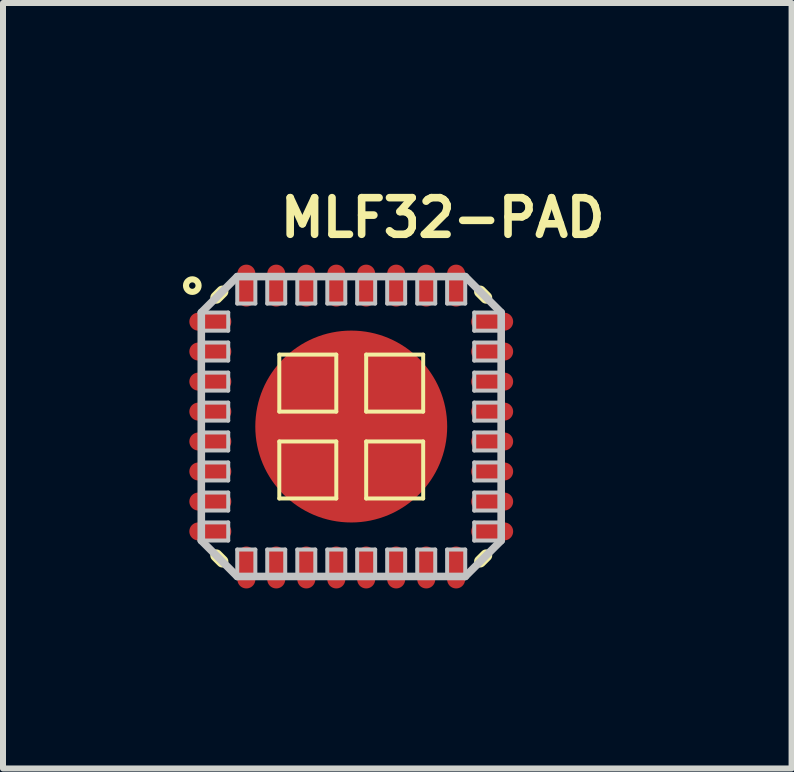
<source format=kicad_pcb>
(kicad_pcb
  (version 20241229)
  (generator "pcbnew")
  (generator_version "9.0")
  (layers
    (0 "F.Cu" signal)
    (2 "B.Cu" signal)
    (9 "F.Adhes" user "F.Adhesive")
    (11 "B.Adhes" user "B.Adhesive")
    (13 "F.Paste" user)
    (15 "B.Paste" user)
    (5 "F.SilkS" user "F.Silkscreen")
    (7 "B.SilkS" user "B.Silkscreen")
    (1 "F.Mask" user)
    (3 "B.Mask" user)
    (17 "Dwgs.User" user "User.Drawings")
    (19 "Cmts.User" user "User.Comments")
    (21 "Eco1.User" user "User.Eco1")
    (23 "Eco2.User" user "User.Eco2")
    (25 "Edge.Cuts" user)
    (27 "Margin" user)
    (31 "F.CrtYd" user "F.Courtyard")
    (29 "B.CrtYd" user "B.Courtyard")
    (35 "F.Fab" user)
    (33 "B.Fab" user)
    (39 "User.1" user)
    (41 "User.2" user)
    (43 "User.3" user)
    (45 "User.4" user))
  (footprint "MLF32-PAD"
    (layer "F.Cu")
    (at 2.804 4.059)
    (property "Reference" "MLF32-PAD" (at 1.524 -3.48 0) (layer "F.SilkS") (effects (font (size 0.61 0.61) (thickness 0.127))))
    (attr smd)
    (fp_line (start -2.248 -2.149) (end -2.149 -2.248) (stroke (width 0.203) (type solid)) (layer "F.SilkS"))
    (fp_line (start -2.149 2.248) (end -2.248 2.149) (stroke (width 0.203) (type solid)) (layer "F.SilkS"))
    (fp_line (start -1.199 -1.199) (end -0.249 -1.199) (stroke (width 0.066) (type solid)) (layer "F.SilkS"))
    (fp_line (start -1.199 -0.249) (end -1.199 -1.199) (stroke (width 0.066) (type solid)) (layer "F.SilkS"))
    (fp_line (start -1.199 -0.249) (end -0.249 -0.249) (stroke (width 0.066) (type solid)) (layer "F.SilkS"))
    (fp_line (start -1.199 0.249) (end -0.249 0.249) (stroke (width 0.066) (type solid)) (layer "F.SilkS"))
    (fp_line (start -1.199 1.199) (end -1.199 0.249) (stroke (width 0.066) (type solid)) (layer "F.SilkS"))
    (fp_line (start -1.199 1.199) (end -0.249 1.199) (stroke (width 0.066) (type solid)) (layer "F.SilkS"))
    (fp_line (start -0.249 -0.249) (end -0.249 -1.199) (stroke (width 0.066) (type solid)) (layer "F.SilkS"))
    (fp_line (start -0.249 1.199) (end -0.249 0.249) (stroke (width 0.066) (type solid)) (layer "F.SilkS"))
    (fp_line (start 0.249 -1.199) (end 1.199 -1.199) (stroke (width 0.066) (type solid)) (layer "F.SilkS"))
    (fp_line (start 0.249 -0.249) (end 0.249 -1.199) (stroke (width 0.066) (type solid)) (layer "F.SilkS"))
    (fp_line (start 0.249 -0.249) (end 1.199 -0.249) (stroke (width 0.066) (type solid)) (layer "F.SilkS"))
    (fp_line (start 0.249 0.249) (end 1.199 0.249) (stroke (width 0.066) (type solid)) (layer "F.SilkS"))
    (fp_line (start 0.249 1.199) (end 0.249 0.249) (stroke (width 0.066) (type solid)) (layer "F.SilkS"))
    (fp_line (start 0.249 1.199) (end 1.199 1.199) (stroke (width 0.066) (type solid)) (layer "F.SilkS"))
    (fp_line (start 1.199 -0.249) (end 1.199 -1.199) (stroke (width 0.066) (type solid)) (layer "F.SilkS"))
    (fp_line (start 1.199 1.199) (end 1.199 0.249) (stroke (width 0.066) (type solid)) (layer "F.SilkS"))
    (fp_line (start 2.149 -2.248) (end 2.248 -2.149) (stroke (width 0.203) (type solid)) (layer "F.SilkS"))
    (fp_line (start 2.248 2.149) (end 2.149 2.248) (stroke (width 0.203) (type solid)) (layer "F.SilkS"))
    (fp_circle (center -2.649 -2.349) (end -2.723 -2.423) (stroke (width 0.102) (type solid)) (fill no) (layer "F.SilkS"))
    (fp_line (start -2.499 -1.9) (end -2.05 -1.9) (stroke (width 0.066) (type solid)) (layer "Dwgs.User"))
    (fp_line (start -2.499 -1.9) (end -1.9 -2.499) (stroke (width 0.127) (type solid)) (layer "Dwgs.User"))
    (fp_line (start -2.499 -1.598) (end -2.499 -1.9) (stroke (width 0.066) (type solid)) (layer "Dwgs.User"))
    (fp_line (start -2.499 -1.598) (end -2.05 -1.598) (stroke (width 0.066) (type solid)) (layer "Dwgs.User"))
    (fp_line (start -2.499 -1.4) (end -2.05 -1.4) (stroke (width 0.066) (type solid)) (layer "Dwgs.User"))
    (fp_line (start -2.499 -1.1) (end -2.499 -1.4) (stroke (width 0.066) (type solid)) (layer "Dwgs.User"))
    (fp_line (start -2.499 -1.1) (end -2.05 -1.1) (stroke (width 0.066) (type solid)) (layer "Dwgs.User"))
    (fp_line (start -2.499 -0.899) (end -2.05 -0.899) (stroke (width 0.066) (type solid)) (layer "Dwgs.User"))
    (fp_line (start -2.499 -0.599) (end -2.499 -0.899) (stroke (width 0.066) (type solid)) (layer "Dwgs.User"))
    (fp_line (start -2.499 -0.599) (end -2.05 -0.599) (stroke (width 0.066) (type solid)) (layer "Dwgs.User"))
    (fp_line (start -2.499 -0.399) (end -2.05 -0.399) (stroke (width 0.066) (type solid)) (layer "Dwgs.User"))
    (fp_line (start -2.499 -0.099) (end -2.499 -0.399) (stroke (width 0.066) (type solid)) (layer "Dwgs.User"))
    (fp_line (start -2.499 -0.099) (end -2.05 -0.099) (stroke (width 0.066) (type solid)) (layer "Dwgs.User"))
    (fp_line (start -2.499 0.099) (end -2.05 0.099) (stroke (width 0.066) (type solid)) (layer "Dwgs.User"))
    (fp_line (start -2.499 0.399) (end -2.499 0.099) (stroke (width 0.066) (type solid)) (layer "Dwgs.User"))
    (fp_line (start -2.499 0.399) (end -2.05 0.399) (stroke (width 0.066) (type solid)) (layer "Dwgs.User"))
    (fp_line (start -2.499 0.599) (end -2.05 0.599) (stroke (width 0.066) (type solid)) (layer "Dwgs.User"))
    (fp_line (start -2.499 0.899) (end -2.499 0.599) (stroke (width 0.066) (type solid)) (layer "Dwgs.User"))
    (fp_line (start -2.499 0.899) (end -2.05 0.899) (stroke (width 0.066) (type solid)) (layer "Dwgs.User"))
    (fp_line (start -2.499 1.1) (end -2.05 1.1) (stroke (width 0.066) (type solid)) (layer "Dwgs.User"))
    (fp_line (start -2.499 1.4) (end -2.499 1.1) (stroke (width 0.066) (type solid)) (layer "Dwgs.User"))
    (fp_line (start -2.499 1.4) (end -2.05 1.4) (stroke (width 0.066) (type solid)) (layer "Dwgs.User"))
    (fp_line (start -2.499 1.598) (end -2.05 1.598) (stroke (width 0.066) (type solid)) (layer "Dwgs.User"))
    (fp_line (start -2.499 1.9) (end -2.499 -1.9) (stroke (width 0.127) (type solid)) (layer "Dwgs.User"))
    (fp_line (start -2.499 1.9) (end -2.499 1.598) (stroke (width 0.066) (type solid)) (layer "Dwgs.User"))
    (fp_line (start -2.499 1.9) (end -2.05 1.9) (stroke (width 0.066) (type solid)) (layer "Dwgs.User"))
    (fp_line (start -2.05 -1.598) (end -2.05 -1.9) (stroke (width 0.066) (type solid)) (layer "Dwgs.User"))
    (fp_line (start -2.05 -1.1) (end -2.05 -1.4) (stroke (width 0.066) (type solid)) (layer "Dwgs.User"))
    (fp_line (start -2.05 -0.599) (end -2.05 -0.899) (stroke (width 0.066) (type solid)) (layer "Dwgs.User"))
    (fp_line (start -2.05 -0.099) (end -2.05 -0.399) (stroke (width 0.066) (type solid)) (layer "Dwgs.User"))
    (fp_line (start -2.05 0.399) (end -2.05 0.099) (stroke (width 0.066) (type solid)) (layer "Dwgs.User"))
    (fp_line (start -2.05 0.899) (end -2.05 0.599) (stroke (width 0.066) (type solid)) (layer "Dwgs.User"))
    (fp_line (start -2.05 1.4) (end -2.05 1.1) (stroke (width 0.066) (type solid)) (layer "Dwgs.User"))
    (fp_line (start -2.05 1.9) (end -2.05 1.598) (stroke (width 0.066) (type solid)) (layer "Dwgs.User"))
    (fp_line (start -1.9 -2.499) (end -1.598 -2.499) (stroke (width 0.066) (type solid)) (layer "Dwgs.User"))
    (fp_line (start -1.9 -2.499) (end 1.9 -2.499) (stroke (width 0.127) (type solid)) (layer "Dwgs.User"))
    (fp_line (start -1.9 -2.05) (end -1.9 -2.499) (stroke (width 0.066) (type solid)) (layer "Dwgs.User"))
    (fp_line (start -1.9 -2.05) (end -1.598 -2.05) (stroke (width 0.066) (type solid)) (layer "Dwgs.User"))
    (fp_line (start -1.9 2.05) (end -1.598 2.05) (stroke (width 0.066) (type solid)) (layer "Dwgs.User"))
    (fp_line (start -1.9 2.499) (end -2.499 1.9) (stroke (width 0.127) (type solid)) (layer "Dwgs.User"))
    (fp_line (start -1.9 2.499) (end -1.9 2.05) (stroke (width 0.066) (type solid)) (layer "Dwgs.User"))
    (fp_line (start -1.9 2.499) (end -1.598 2.499) (stroke (width 0.066) (type solid)) (layer "Dwgs.User"))
    (fp_line (start -1.598 -2.05) (end -1.598 -2.499) (stroke (width 0.066) (type solid)) (layer "Dwgs.User"))
    (fp_line (start -1.598 2.499) (end -1.598 2.05) (stroke (width 0.066) (type solid)) (layer "Dwgs.User"))
    (fp_line (start -1.4 -2.499) (end -1.1 -2.499) (stroke (width 0.066) (type solid)) (layer "Dwgs.User"))
    (fp_line (start -1.4 -2.05) (end -1.4 -2.499) (stroke (width 0.066) (type solid)) (layer "Dwgs.User"))
    (fp_line (start -1.4 -2.05) (end -1.1 -2.05) (stroke (width 0.066) (type solid)) (layer "Dwgs.User"))
    (fp_line (start -1.4 2.05) (end -1.1 2.05) (stroke (width 0.066) (type solid)) (layer "Dwgs.User"))
    (fp_line (start -1.4 2.499) (end -1.4 2.05) (stroke (width 0.066) (type solid)) (layer "Dwgs.User"))
    (fp_line (start -1.4 2.499) (end -1.1 2.499) (stroke (width 0.066) (type solid)) (layer "Dwgs.User"))
    (fp_line (start -1.1 -2.05) (end -1.1 -2.499) (stroke (width 0.066) (type solid)) (layer "Dwgs.User"))
    (fp_line (start -1.1 2.499) (end -1.1 2.05) (stroke (width 0.066) (type solid)) (layer "Dwgs.User"))
    (fp_line (start -0.899 -2.499) (end -0.599 -2.499) (stroke (width 0.066) (type solid)) (layer "Dwgs.User"))
    (fp_line (start -0.899 -2.05) (end -0.899 -2.499) (stroke (width 0.066) (type solid)) (layer "Dwgs.User"))
    (fp_line (start -0.899 -2.05) (end -0.599 -2.05) (stroke (width 0.066) (type solid)) (layer "Dwgs.User"))
    (fp_line (start -0.899 2.05) (end -0.599 2.05) (stroke (width 0.066) (type solid)) (layer "Dwgs.User"))
    (fp_line (start -0.899 2.499) (end -0.899 2.05) (stroke (width 0.066) (type solid)) (layer "Dwgs.User"))
    (fp_line (start -0.899 2.499) (end -0.599 2.499) (stroke (width 0.066) (type solid)) (layer "Dwgs.User"))
    (fp_line (start -0.599 -2.05) (end -0.599 -2.499) (stroke (width 0.066) (type solid)) (layer "Dwgs.User"))
    (fp_line (start -0.599 2.499) (end -0.599 2.05) (stroke (width 0.066) (type solid)) (layer "Dwgs.User"))
    (fp_line (start -0.399 -2.499) (end -0.099 -2.499) (stroke (width 0.066) (type solid)) (layer "Dwgs.User"))
    (fp_line (start -0.399 -2.05) (end -0.399 -2.499) (stroke (width 0.066) (type solid)) (layer "Dwgs.User"))
    (fp_line (start -0.399 -2.05) (end -0.099 -2.05) (stroke (width 0.066) (type solid)) (layer "Dwgs.User"))
    (fp_line (start -0.399 2.05) (end -0.099 2.05) (stroke (width 0.066) (type solid)) (layer "Dwgs.User"))
    (fp_line (start -0.399 2.499) (end -0.399 2.05) (stroke (width 0.066) (type solid)) (layer "Dwgs.User"))
    (fp_line (start -0.399 2.499) (end -0.099 2.499) (stroke (width 0.066) (type solid)) (layer "Dwgs.User"))
    (fp_line (start -0.099 -2.05) (end -0.099 -2.499) (stroke (width 0.066) (type solid)) (layer "Dwgs.User"))
    (fp_line (start -0.099 2.499) (end -0.099 2.05) (stroke (width 0.066) (type solid)) (layer "Dwgs.User"))
    (fp_line (start 0.099 -2.499) (end 0.399 -2.499) (stroke (width 0.066) (type solid)) (layer "Dwgs.User"))
    (fp_line (start 0.099 -2.05) (end 0.099 -2.499) (stroke (width 0.066) (type solid)) (layer "Dwgs.User"))
    (fp_line (start 0.099 -2.05) (end 0.399 -2.05) (stroke (width 0.066) (type solid)) (layer "Dwgs.User"))
    (fp_line (start 0.099 2.05) (end 0.399 2.05) (stroke (width 0.066) (type solid)) (layer "Dwgs.User"))
    (fp_line (start 0.099 2.499) (end 0.099 2.05) (stroke (width 0.066) (type solid)) (layer "Dwgs.User"))
    (fp_line (start 0.099 2.499) (end 0.399 2.499) (stroke (width 0.066) (type solid)) (layer "Dwgs.User"))
    (fp_line (start 0.399 -2.05) (end 0.399 -2.499) (stroke (width 0.066) (type solid)) (layer "Dwgs.User"))
    (fp_line (start 0.399 2.499) (end 0.399 2.05) (stroke (width 0.066) (type solid)) (layer "Dwgs.User"))
    (fp_line (start 0.599 -2.499) (end 0.899 -2.499) (stroke (width 0.066) (type solid)) (layer "Dwgs.User"))
    (fp_line (start 0.599 -2.05) (end 0.599 -2.499) (stroke (width 0.066) (type solid)) (layer "Dwgs.User"))
    (fp_line (start 0.599 -2.05) (end 0.899 -2.05) (stroke (width 0.066) (type solid)) (layer "Dwgs.User"))
    (fp_line (start 0.599 2.05) (end 0.899 2.05) (stroke (width 0.066) (type solid)) (layer "Dwgs.User"))
    (fp_line (start 0.599 2.499) (end 0.599 2.05) (stroke (width 0.066) (type solid)) (layer "Dwgs.User"))
    (fp_line (start 0.599 2.499) (end 0.899 2.499) (stroke (width 0.066) (type solid)) (layer "Dwgs.User"))
    (fp_line (start 0.899 -2.05) (end 0.899 -2.499) (stroke (width 0.066) (type solid)) (layer "Dwgs.User"))
    (fp_line (start 0.899 2.499) (end 0.899 2.05) (stroke (width 0.066) (type solid)) (layer "Dwgs.User"))
    (fp_line (start 1.1 -2.499) (end 1.4 -2.499) (stroke (width 0.066) (type solid)) (layer "Dwgs.User"))
    (fp_line (start 1.1 -2.05) (end 1.1 -2.499) (stroke (width 0.066) (type solid)) (layer "Dwgs.User"))
    (fp_line (start 1.1 -2.05) (end 1.4 -2.05) (stroke (width 0.066) (type solid)) (layer "Dwgs.User"))
    (fp_line (start 1.1 2.05) (end 1.4 2.05) (stroke (width 0.066) (type solid)) (layer "Dwgs.User"))
    (fp_line (start 1.1 2.499) (end 1.1 2.05) (stroke (width 0.066) (type solid)) (layer "Dwgs.User"))
    (fp_line (start 1.1 2.499) (end 1.4 2.499) (stroke (width 0.066) (type solid)) (layer "Dwgs.User"))
    (fp_line (start 1.4 -2.05) (end 1.4 -2.499) (stroke (width 0.066) (type solid)) (layer "Dwgs.User"))
    (fp_line (start 1.4 2.499) (end 1.4 2.05) (stroke (width 0.066) (type solid)) (layer "Dwgs.User"))
    (fp_line (start 1.598 -2.499) (end 1.9 -2.499) (stroke (width 0.066) (type solid)) (layer "Dwgs.User"))
    (fp_line (start 1.598 -2.05) (end 1.598 -2.499) (stroke (width 0.066) (type solid)) (layer "Dwgs.User"))
    (fp_line (start 1.598 -2.05) (end 1.9 -2.05) (stroke (width 0.066) (type solid)) (layer "Dwgs.User"))
    (fp_line (start 1.598 2.05) (end 1.9 2.05) (stroke (width 0.066) (type solid)) (layer "Dwgs.User"))
    (fp_line (start 1.598 2.499) (end 1.598 2.05) (stroke (width 0.066) (type solid)) (layer "Dwgs.User"))
    (fp_line (start 1.598 2.499) (end 1.9 2.499) (stroke (width 0.066) (type solid)) (layer "Dwgs.User"))
    (fp_line (start 1.9 -2.499) (end 2.499 -1.9) (stroke (width 0.127) (type solid)) (layer "Dwgs.User"))
    (fp_line (start 1.9 -2.05) (end 1.9 -2.499) (stroke (width 0.066) (type solid)) (layer "Dwgs.User"))
    (fp_line (start 1.9 2.499) (end -1.9 2.499) (stroke (width 0.127) (type solid)) (layer "Dwgs.User"))
    (fp_line (start 1.9 2.499) (end 1.9 2.05) (stroke (width 0.066) (type solid)) (layer "Dwgs.User"))
    (fp_line (start 2.05 -1.9) (end 2.499 -1.9) (stroke (width 0.066) (type solid)) (layer "Dwgs.User"))
    (fp_line (start 2.05 -1.598) (end 2.05 -1.9) (stroke (width 0.066) (type solid)) (layer "Dwgs.User"))
    (fp_line (start 2.05 -1.598) (end 2.499 -1.598) (stroke (width 0.066) (type solid)) (layer "Dwgs.User"))
    (fp_line (start 2.05 -1.4) (end 2.499 -1.4) (stroke (width 0.066) (type solid)) (layer "Dwgs.User"))
    (fp_line (start 2.05 -1.1) (end 2.05 -1.4) (stroke (width 0.066) (type solid)) (layer "Dwgs.User"))
    (fp_line (start 2.05 -1.1) (end 2.499 -1.1) (stroke (width 0.066) (type solid)) (layer "Dwgs.User"))
    (fp_line (start 2.05 -0.899) (end 2.499 -0.899) (stroke (width 0.066) (type solid)) (layer "Dwgs.User"))
    (fp_line (start 2.05 -0.599) (end 2.05 -0.899) (stroke (width 0.066) (type solid)) (layer "Dwgs.User"))
    (fp_line (start 2.05 -0.599) (end 2.499 -0.599) (stroke (width 0.066) (type solid)) (layer "Dwgs.User"))
    (fp_line (start 2.05 -0.399) (end 2.499 -0.399) (stroke (width 0.066) (type solid)) (layer "Dwgs.User"))
    (fp_line (start 2.05 -0.099) (end 2.05 -0.399) (stroke (width 0.066) (type solid)) (layer "Dwgs.User"))
    (fp_line (start 2.05 -0.099) (end 2.499 -0.099) (stroke (width 0.066) (type solid)) (layer "Dwgs.User"))
    (fp_line (start 2.05 0.099) (end 2.499 0.099) (stroke (width 0.066) (type solid)) (layer "Dwgs.User"))
    (fp_line (start 2.05 0.399) (end 2.05 0.099) (stroke (width 0.066) (type solid)) (layer "Dwgs.User"))
    (fp_line (start 2.05 0.399) (end 2.499 0.399) (stroke (width 0.066) (type solid)) (layer "Dwgs.User"))
    (fp_line (start 2.05 0.599) (end 2.499 0.599) (stroke (width 0.066) (type solid)) (layer "Dwgs.User"))
    (fp_line (start 2.05 0.899) (end 2.05 0.599) (stroke (width 0.066) (type solid)) (layer "Dwgs.User"))
    (fp_line (start 2.05 0.899) (end 2.499 0.899) (stroke (width 0.066) (type solid)) (layer "Dwgs.User"))
    (fp_line (start 2.05 1.1) (end 2.499 1.1) (stroke (width 0.066) (type solid)) (layer "Dwgs.User"))
    (fp_line (start 2.05 1.4) (end 2.05 1.1) (stroke (width 0.066) (type solid)) (layer "Dwgs.User"))
    (fp_line (start 2.05 1.4) (end 2.499 1.4) (stroke (width 0.066) (type solid)) (layer "Dwgs.User"))
    (fp_line (start 2.05 1.598) (end 2.499 1.598) (stroke (width 0.066) (type solid)) (layer "Dwgs.User"))
    (fp_line (start 2.05 1.9) (end 2.05 1.598) (stroke (width 0.066) (type solid)) (layer "Dwgs.User"))
    (fp_line (start 2.05 1.9) (end 2.499 1.9) (stroke (width 0.066) (type solid)) (layer "Dwgs.User"))
    (fp_line (start 2.499 -1.9) (end 2.499 1.9) (stroke (width 0.127) (type solid)) (layer "Dwgs.User"))
    (fp_line (start 2.499 -1.598) (end 2.499 -1.9) (stroke (width 0.066) (type solid)) (layer "Dwgs.User"))
    (fp_line (start 2.499 -1.1) (end 2.499 -1.4) (stroke (width 0.066) (type solid)) (layer "Dwgs.User"))
    (fp_line (start 2.499 -0.599) (end 2.499 -0.899) (stroke (width 0.066) (type solid)) (layer "Dwgs.User"))
    (fp_line (start 2.499 -0.099) (end 2.499 -0.399) (stroke (width 0.066) (type solid)) (layer "Dwgs.User"))
    (fp_line (start 2.499 0.399) (end 2.499 0.099) (stroke (width 0.066) (type solid)) (layer "Dwgs.User"))
    (fp_line (start 2.499 0.899) (end 2.499 0.599) (stroke (width 0.066) (type solid)) (layer "Dwgs.User"))
    (fp_line (start 2.499 1.4) (end 2.499 1.1) (stroke (width 0.066) (type solid)) (layer "Dwgs.User"))
    (fp_line (start 2.499 1.9) (end 1.9 2.499) (stroke (width 0.127) (type solid)) (layer "Dwgs.User"))
    (fp_line (start 2.499 1.9) (end 2.499 1.598) (stroke (width 0.066) (type solid)) (layer "Dwgs.User"))
    (pad "1" smd oval (at -2.349 -1.748) (size 0.699 0.3) (layers "F.Cu" "F.Mask" "F.Paste"))
    (pad "2" smd oval (at -2.349 -1.25) (size 0.699 0.3) (layers "F.Cu" "F.Mask" "F.Paste"))
    (pad "3" smd oval (at -2.349 -0.749) (size 0.699 0.3) (layers "F.Cu" "F.Mask" "F.Paste"))
    (pad "4" smd oval (at -2.349 -0.249) (size 0.699 0.3) (layers "F.Cu" "F.Mask" "F.Paste"))
    (pad "5" smd oval (at -2.349 0.249) (size 0.699 0.3) (layers "F.Cu" "F.Mask" "F.Paste"))
    (pad "6" smd oval (at -2.349 0.749) (size 0.699 0.3) (layers "F.Cu" "F.Mask" "F.Paste"))
    (pad "7" smd oval (at -2.349 1.25) (size 0.699 0.3) (layers "F.Cu" "F.Mask" "F.Paste"))
    (pad "8" smd oval (at -2.349 1.748) (size 0.699 0.3) (layers "F.Cu" "F.Mask" "F.Paste"))
    (pad "9" smd oval (at -1.748 2.349) (size 0.3 0.699) (layers "F.Cu" "F.Mask" "F.Paste"))
    (pad "10" smd oval (at -1.25 2.349) (size 0.3 0.699) (layers "F.Cu" "F.Mask" "F.Paste"))
    (pad "11" smd oval (at -0.749 2.349) (size 0.3 0.699) (layers "F.Cu" "F.Mask" "F.Paste"))
    (pad "12" smd oval (at -0.249 2.349) (size 0.3 0.699) (layers "F.Cu" "F.Mask" "F.Paste"))
    (pad "13" smd oval (at 0.249 2.349) (size 0.3 0.699) (layers "F.Cu" "F.Mask" "F.Paste"))
    (pad "14" smd oval (at 0.749 2.349) (size 0.3 0.699) (layers "F.Cu" "F.Mask" "F.Paste"))
    (pad "15" smd oval (at 1.25 2.349) (size 0.3 0.699) (layers "F.Cu" "F.Mask" "F.Paste"))
    (pad "16" smd oval (at 1.748 2.349) (size 0.3 0.699) (layers "F.Cu" "F.Mask" "F.Paste"))
    (pad "17" smd oval (at 2.349 1.748) (size 0.699 0.3) (layers "F.Cu" "F.Mask" "F.Paste"))
    (pad "18" smd oval (at 2.349 1.25) (size 0.699 0.3) (layers "F.Cu" "F.Mask" "F.Paste"))
    (pad "19" smd oval (at 2.349 0.749) (size 0.699 0.3) (layers "F.Cu" "F.Mask" "F.Paste"))
    (pad "20" smd oval (at 2.349 0.249) (size 0.699 0.3) (layers "F.Cu" "F.Mask" "F.Paste"))
    (pad "21" smd oval (at 2.349 -0.249) (size 0.699 0.3) (layers "F.Cu" "F.Mask" "F.Paste"))
    (pad "22" smd oval (at 2.349 -0.749) (size 0.699 0.3) (layers "F.Cu" "F.Mask" "F.Paste"))
    (pad "23" smd oval (at 2.349 -1.25) (size 0.699 0.3) (layers "F.Cu" "F.Mask" "F.Paste"))
    (pad "24" smd oval (at 2.349 -1.748) (size 0.699 0.3) (layers "F.Cu" "F.Mask" "F.Paste"))
    (pad "25" smd oval (at 1.748 -2.349) (size 0.3 0.699) (layers "F.Cu" "F.Mask" "F.Paste"))
    (pad "26" smd oval (at 1.25 -2.349) (size 0.3 0.699) (layers "F.Cu" "F.Mask" "F.Paste"))
    (pad "27" smd oval (at 0.749 -2.349) (size 0.3 0.699) (layers "F.Cu" "F.Mask" "F.Paste"))
    (pad "28" smd oval (at 0.249 -2.349) (size 0.3 0.699) (layers "F.Cu" "F.Mask" "F.Paste"))
    (pad "29" smd oval (at -0.249 -2.349) (size 0.3 0.699) (layers "F.Cu" "F.Mask" "F.Paste"))
    (pad "30" smd oval (at -0.749 -2.349) (size 0.3 0.699) (layers "F.Cu" "F.Mask" "F.Paste"))
    (pad "31" smd oval (at -1.25 -2.349) (size 0.3 0.699) (layers "F.Cu" "F.Mask" "F.Paste"))
    (pad "32" smd oval (at -1.748 -2.349) (size 0.3 0.699) (layers "F.Cu" "F.Mask" "F.Paste"))
    (pad "PAD" smd oval (at 0 0) (size 3.198 3.198) (layers "F.Cu" "F.Mask" "F.Paste")))
  (gr_rect
    (start -3 -3)
    (end 10.143 9.758)
    (stroke (width 0.1) (type default))
    (fill no)
    (layer "Edge.Cuts")))
</source>
